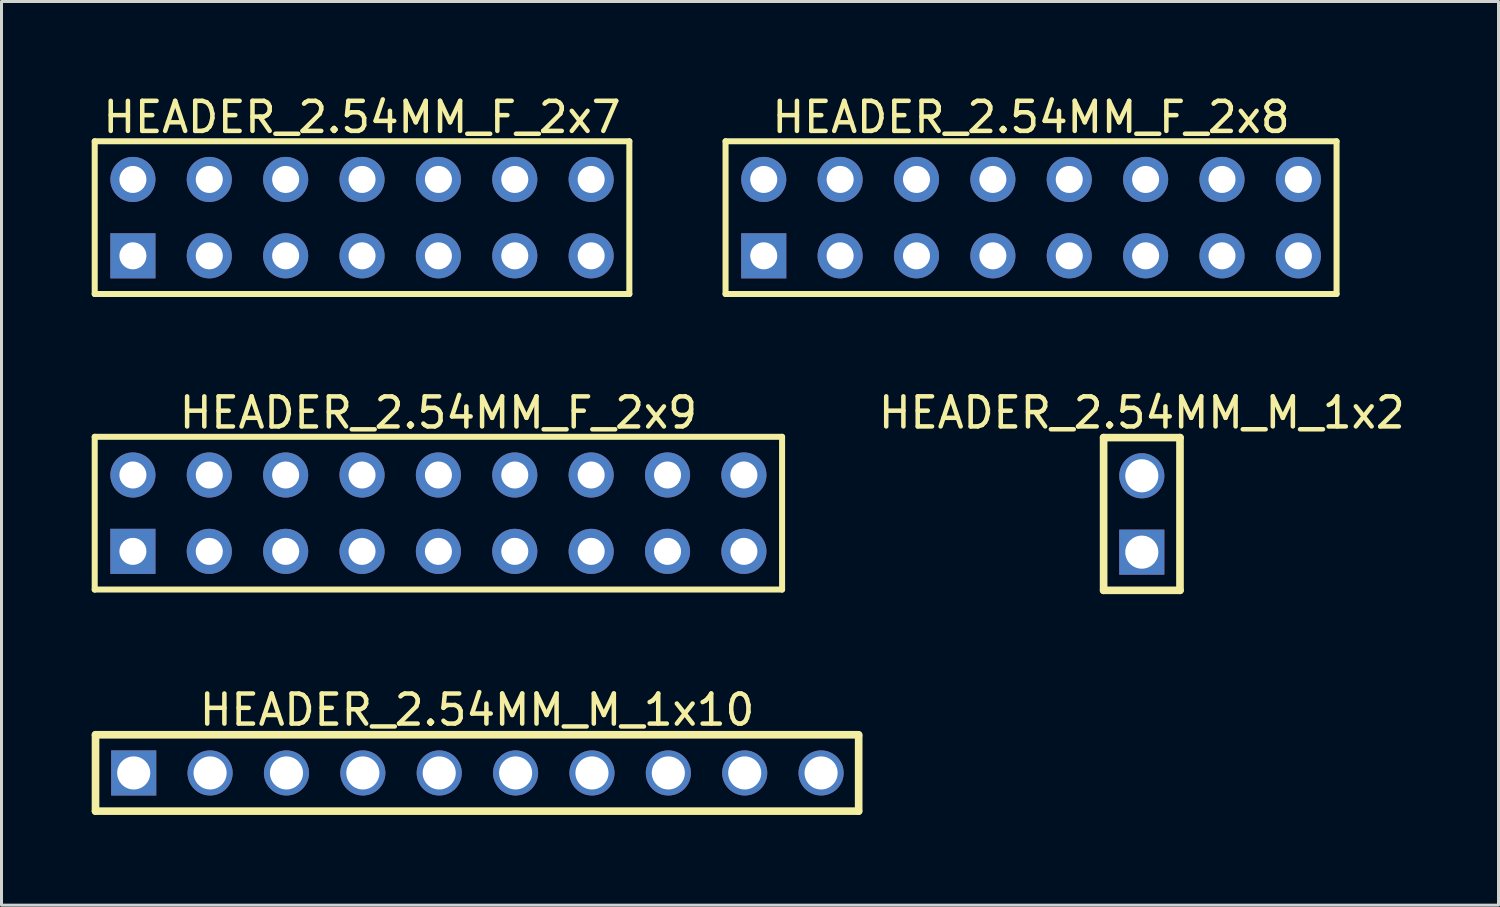
<source format=kicad_pcb>
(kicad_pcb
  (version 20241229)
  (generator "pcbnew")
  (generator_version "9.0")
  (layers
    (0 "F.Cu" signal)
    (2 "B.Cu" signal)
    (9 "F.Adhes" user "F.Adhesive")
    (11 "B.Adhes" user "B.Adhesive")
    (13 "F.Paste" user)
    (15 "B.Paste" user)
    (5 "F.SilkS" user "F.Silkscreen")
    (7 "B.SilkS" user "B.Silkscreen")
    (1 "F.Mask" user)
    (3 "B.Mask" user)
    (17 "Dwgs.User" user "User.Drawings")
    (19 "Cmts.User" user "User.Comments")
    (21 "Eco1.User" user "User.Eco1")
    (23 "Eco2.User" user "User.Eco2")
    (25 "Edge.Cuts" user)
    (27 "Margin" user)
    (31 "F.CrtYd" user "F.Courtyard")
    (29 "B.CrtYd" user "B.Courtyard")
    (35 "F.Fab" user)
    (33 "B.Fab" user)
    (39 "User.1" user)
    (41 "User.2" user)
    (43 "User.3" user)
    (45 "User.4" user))
  (footprint "HEADER_2.54MM_M_1x2"
    (layer "F.Cu")
    (at 34.923 14.043)
    (property "Reference" "HEADER_2.54MM_M_1x2" (at 0 -3.367 0) (layer "F.SilkS") (effects (font (size 1 1) (thickness 0.15))))
    (fp_line (start -1.27 -2.54) (end 1.27 -2.54) (stroke (width 0.254) (type solid)) (layer "F.SilkS"))
    (fp_line (start -1.27 2.54) (end -1.27 -2.54) (stroke (width 0.254) (type solid)) (layer "F.SilkS"))
    (fp_line (start -1.27 2.54) (end 1.27 2.54) (stroke (width 0.254) (type solid)) (layer "F.SilkS"))
    (fp_line (start 1.27 2.54) (end 1.27 -2.54) (stroke (width 0.254) (type solid)) (layer "F.SilkS"))
    (pad "1" thru_hole rect (at 0 1.27) (size 1.5 1.5) (drill 1.1) (layers "*.Cu" "*.Mask"))
    (pad "2" thru_hole circle (at 0 -1.27) (size 1.5 1.5) (drill 1.1) (layers "*.Cu" "*.Mask")))
  (footprint "HEADER_2.54MM_F_2x8"
    (layer "F.Cu")
    (at 31.24 4.188)
    (property "Reference" "HEADER_2.54MM_F_2x8" (at 0.00008 -3.34 0) (layer "F.SilkS") (effects (font (size 1 1) (thickness 0.15))))
    (fp_line (start -10.16 -2.54) (end 10.16 -2.54) (stroke (width 0.2) (type solid)) (layer "F.SilkS"))
    (fp_line (start -10.16 2.54) (end -10.16 -2.54) (stroke (width 0.2) (type solid)) (layer "F.SilkS"))
    (fp_line (start -10.16 2.54) (end 10.16 2.54) (stroke (width 0.2) (type solid)) (layer "F.SilkS"))
    (fp_line (start 10.16 2.54) (end 10.16 -2.54) (stroke (width 0.2) (type solid)) (layer "F.SilkS"))
    (pad "1" thru_hole rect (at -8.89 1.27) (size 1.5 1.5) (drill 0.9) (layers "*.Cu" "*.Mask"))
    (pad "2" thru_hole circle (at -8.89 -1.27) (size 1.5 1.5) (drill 0.9) (layers "*.Cu" "*.Mask"))
    (pad "3" thru_hole circle (at -6.35 1.27) (size 1.5 1.5) (drill 0.9) (layers "*.Cu" "*.Mask"))
    (pad "4" thru_hole circle (at -6.35 -1.27) (size 1.5 1.5) (drill 0.9) (layers "*.Cu" "*.Mask"))
    (pad "5" thru_hole circle (at -3.81 1.27) (size 1.5 1.5) (drill 0.9) (layers "*.Cu" "*.Mask"))
    (pad "6" thru_hole circle (at -3.81 -1.27) (size 1.5 1.5) (drill 0.9) (layers "*.Cu" "*.Mask"))
    (pad "7" thru_hole circle (at -1.27 1.27) (size 1.5 1.5) (drill 0.9) (layers "*.Cu" "*.Mask"))
    (pad "8" thru_hole circle (at -1.27 -1.27) (size 1.5 1.5) (drill 0.9) (layers "*.Cu" "*.Mask"))
    (pad "9" thru_hole circle (at 1.27 1.27) (size 1.5 1.5) (drill 0.9) (layers "*.Cu" "*.Mask"))
    (pad "10" thru_hole circle (at 1.27 -1.27) (size 1.5 1.5) (drill 0.9) (layers "*.Cu" "*.Mask"))
    (pad "11" thru_hole circle (at 3.81 1.27) (size 1.5 1.5) (drill 0.9) (layers "*.Cu" "*.Mask"))
    (pad "12" thru_hole circle (at 3.81 -1.27) (size 1.5 1.5) (drill 0.9) (layers "*.Cu" "*.Mask"))
    (pad "13" thru_hole circle (at 6.35 1.27) (size 1.5 1.5) (drill 0.9) (layers "*.Cu" "*.Mask"))
    (pad "14" thru_hole circle (at 6.35 -1.27) (size 1.5 1.5) (drill 0.9) (layers "*.Cu" "*.Mask"))
    (pad "15" thru_hole circle (at 8.89 1.27) (size 1.5 1.5) (drill 0.9) (layers "*.Cu" "*.Mask"))
    (pad "16" thru_hole circle (at 8.89 -1.27) (size 1.5 1.5) (drill 0.9) (layers "*.Cu" "*.Mask")))
  (footprint "HEADER_2.54MM_M_1x10"
    (layer "F.Cu")
    (at 12.827 22.656)
    (property "Reference" "HEADER_2.54MM_M_1x10" (at -0.01 -2.097 0) (layer "F.SilkS") (effects (font (size 1 1) (thickness 0.15))))
    (fp_line (start -12.7 -1.27) (end 12.649 -1.27) (stroke (width 0.254) (type solid)) (layer "F.SilkS"))
    (fp_line (start -12.7 1.27) (end -12.7 -1.27) (stroke (width 0.254) (type solid)) (layer "F.SilkS"))
    (fp_line (start -12.7 1.27) (end 12.675 1.27) (stroke (width 0.254) (type solid)) (layer "F.SilkS"))
    (fp_line (start 12.649 -1.27) (end 12.675 -1.245) (stroke (width 0.254) (type solid)) (layer "F.SilkS"))
    (fp_line (start 12.68 1.27) (end 12.68 -1.27) (stroke (width 0.254) (type solid)) (layer "F.SilkS"))
    (pad "1" thru_hole rect (at -11.43 0 270) (size 1.5 1.5) (drill 1.1) (layers "*.Cu" "*.Mask"))
    (pad "2" thru_hole circle (at -8.89 0 270) (size 1.5 1.5) (drill 1.1) (layers "*.Cu" "*.Mask"))
    (pad "3" thru_hole circle (at -6.35 0 270) (size 1.5 1.5) (drill 1.1) (layers "*.Cu" "*.Mask"))
    (pad "4" thru_hole circle (at -3.81 0 270) (size 1.5 1.5) (drill 1.1) (layers "*.Cu" "*.Mask"))
    (pad "5" thru_hole circle (at -1.27 0 270) (size 1.5 1.5) (drill 1.1) (layers "*.Cu" "*.Mask"))
    (pad "6" thru_hole circle (at 1.27 0 270) (size 1.5 1.5) (drill 1.1) (layers "*.Cu" "*.Mask"))
    (pad "7" thru_hole circle (at 3.81 0 270) (size 1.5 1.5) (drill 1.1) (layers "*.Cu" "*.Mask"))
    (pad "8" thru_hole circle (at 6.35 0 270) (size 1.5 1.5) (drill 1.1) (layers "*.Cu" "*.Mask"))
    (pad "9" thru_hole circle (at 8.89 0 270) (size 1.5 1.5) (drill 1.1) (layers "*.Cu" "*.Mask"))
    (pad "10" thru_hole circle (at 11.43 0 270) (size 1.5 1.5) (drill 1.1) (layers "*.Cu" "*.Mask")))
  (footprint "HEADER_2.54MM_F_2x9"
    (layer "F.Cu")
    (at 11.53 14.017)
    (property "Reference" "HEADER_2.54MM_F_2x9" (at 0.00008 -3.34 0) (layer "F.SilkS") (effects (font (size 1 1) (thickness 0.15))))
    (fp_line (start -11.43 -2.54) (end 11.43 -2.54) (stroke (width 0.2) (type solid)) (layer "F.SilkS"))
    (fp_line (start -11.43 2.54) (end -11.43 -2.54) (stroke (width 0.2) (type solid)) (layer "F.SilkS"))
    (fp_line (start -11.43 2.54) (end 11.43 2.54) (stroke (width 0.2) (type solid)) (layer "F.SilkS"))
    (fp_line (start 11.43 2.54) (end 11.43 -2.54) (stroke (width 0.2) (type solid)) (layer "F.SilkS"))
    (pad "1" thru_hole rect (at -10.16 1.27) (size 1.5 1.5) (drill 0.9) (layers "*.Cu" "*.Mask"))
    (pad "2" thru_hole circle (at -10.16 -1.27) (size 1.5 1.5) (drill 0.9) (layers "*.Cu" "*.Mask"))
    (pad "3" thru_hole circle (at -7.62 1.27) (size 1.5 1.5) (drill 0.9) (layers "*.Cu" "*.Mask"))
    (pad "4" thru_hole circle (at -7.62 -1.27) (size 1.5 1.5) (drill 0.9) (layers "*.Cu" "*.Mask"))
    (pad "5" thru_hole circle (at -5.08 1.27) (size 1.5 1.5) (drill 0.9) (layers "*.Cu" "*.Mask"))
    (pad "6" thru_hole circle (at -5.08 -1.27) (size 1.5 1.5) (drill 0.9) (layers "*.Cu" "*.Mask"))
    (pad "7" thru_hole circle (at -2.54 1.27) (size 1.5 1.5) (drill 0.9) (layers "*.Cu" "*.Mask"))
    (pad "8" thru_hole circle (at -2.54 -1.27) (size 1.5 1.5) (drill 0.9) (layers "*.Cu" "*.Mask"))
    (pad "9" thru_hole circle (at 0 1.27) (size 1.5 1.5) (drill 0.9) (layers "*.Cu" "*.Mask"))
    (pad "10" thru_hole circle (at 0 -1.27) (size 1.5 1.5) (drill 0.9) (layers "*.Cu" "*.Mask"))
    (pad "11" thru_hole circle (at 2.54 1.27) (size 1.5 1.5) (drill 0.9) (layers "*.Cu" "*.Mask"))
    (pad "12" thru_hole circle (at 2.54 -1.27) (size 1.5 1.5) (drill 0.9) (layers "*.Cu" "*.Mask"))
    (pad "13" thru_hole circle (at 5.08 1.27) (size 1.5 1.5) (drill 0.9) (layers "*.Cu" "*.Mask"))
    (pad "14" thru_hole circle (at 5.08 -1.27) (size 1.5 1.5) (drill 0.9) (layers "*.Cu" "*.Mask"))
    (pad "15" thru_hole circle (at 7.62 1.27) (size 1.5 1.5) (drill 0.9) (layers "*.Cu" "*.Mask"))
    (pad "16" thru_hole circle (at 7.62 -1.27) (size 1.5 1.5) (drill 0.9) (layers "*.Cu" "*.Mask"))
    (pad "17" thru_hole circle (at 10.16 1.27) (size 1.5 1.5) (drill 0.9) (layers "*.Cu" "*.Mask"))
    (pad "18" thru_hole circle (at 10.16 -1.27) (size 1.5 1.5) (drill 0.9) (layers "*.Cu" "*.Mask")))
  (footprint "HEADER_2.54MM_F_2x7"
    (layer "F.Cu")
    (at 8.99 4.188)
    (property "Reference" "HEADER_2.54MM_F_2x7" (at 0 -3.34 0) (layer "F.SilkS") (effects (font (size 1 1) (thickness 0.15))))
    (fp_line (start -8.89 -2.54) (end 8.89 -2.54) (stroke (width 0.2) (type solid)) (layer "F.SilkS"))
    (fp_line (start -8.89 2.54) (end -8.89 -2.54) (stroke (width 0.2) (type solid)) (layer "F.SilkS"))
    (fp_line (start -8.89 2.54) (end 8.89 2.54) (stroke (width 0.2) (type solid)) (layer "F.SilkS"))
    (fp_line (start 8.89 2.54) (end 8.89 -2.54) (stroke (width 0.2) (type solid)) (layer "F.SilkS"))
    (pad "1" thru_hole rect (at -7.62 1.27) (size 1.5 1.5) (drill 0.9) (layers "*.Cu" "*.Mask"))
    (pad "2" thru_hole circle (at -7.62 -1.27) (size 1.5 1.5) (drill 0.9) (layers "*.Cu" "*.Mask"))
    (pad "3" thru_hole circle (at -5.08 1.27) (size 1.5 1.5) (drill 0.9) (layers "*.Cu" "*.Mask"))
    (pad "4" thru_hole circle (at -5.08 -1.27) (size 1.5 1.5) (drill 0.9) (layers "*.Cu" "*.Mask"))
    (pad "5" thru_hole circle (at -2.54 1.27) (size 1.5 1.5) (drill 0.9) (layers "*.Cu" "*.Mask"))
    (pad "6" thru_hole circle (at -2.54 -1.27) (size 1.5 1.5) (drill 0.9) (layers "*.Cu" "*.Mask"))
    (pad "7" thru_hole circle (at 0 1.27) (size 1.5 1.5) (drill 0.9) (layers "*.Cu" "*.Mask"))
    (pad "8" thru_hole circle (at 0 -1.27) (size 1.5 1.5) (drill 0.9) (layers "*.Cu" "*.Mask"))
    (pad "9" thru_hole circle (at 2.54 1.27) (size 1.5 1.5) (drill 0.9) (layers "*.Cu" "*.Mask"))
    (pad "10" thru_hole circle (at 2.54 -1.27) (size 1.5 1.5) (drill 0.9) (layers "*.Cu" "*.Mask"))
    (pad "11" thru_hole circle (at 5.08 1.27) (size 1.5 1.5) (drill 0.9) (layers "*.Cu" "*.Mask"))
    (pad "12" thru_hole circle (at 5.08 -1.27) (size 1.5 1.5) (drill 0.9) (layers "*.Cu" "*.Mask"))
    (pad "13" thru_hole circle (at 7.62 1.27) (size 1.5 1.5) (drill 0.9) (layers "*.Cu" "*.Mask"))
    (pad "14" thru_hole circle (at 7.62 -1.27) (size 1.5 1.5) (drill 0.9) (layers "*.Cu" "*.Mask")))
  (gr_rect
    (start -3 -3)
    (end 46.786 27.053)
    (stroke (width 0.1) (type default))
    (fill no)
    (layer "Edge.Cuts")))
</source>
